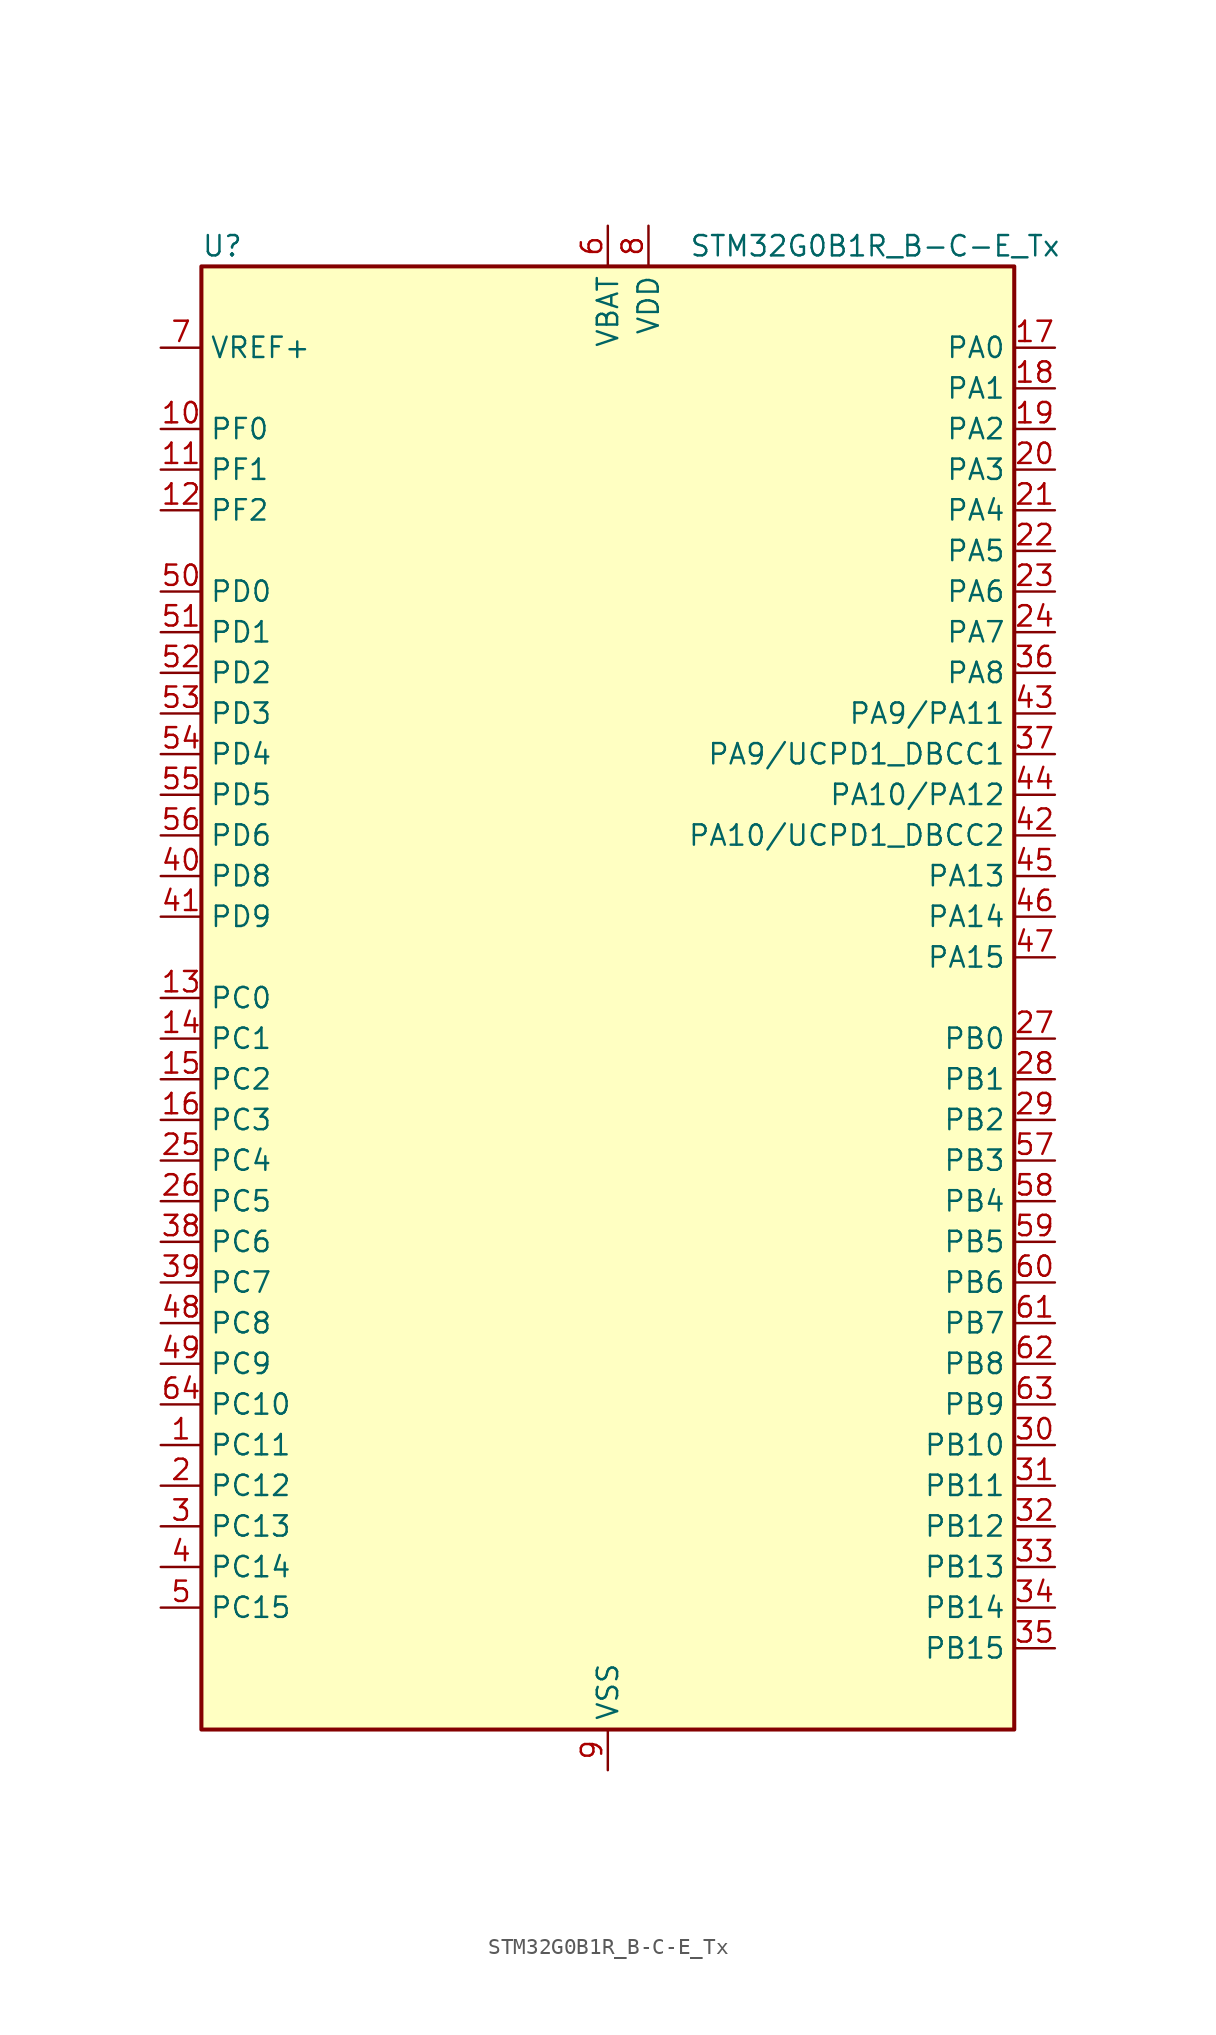
<source format=kicad_sym>
(kicad_symbol_lib
  (version 20231120)
  (generator "kicad-library-utils")
  (generator_version "8.0")
  (symbol "STM32G0B1R_B-C-E_Tx"
    (property "Reference" "U"
      (at -25.4 46.99 0)
      (effects (font (size 1.27 1.27)) (justify left)))
    (property "Value" "STM32G0B1R_B-C-E_Tx"
      (at 5.08 46.99 0)
      (effects (font (size 1.27 1.27)) (justify left)))
    (symbol "STM32G0B1R_B-C-E_Tx_0_1"
      (rectangle (start -25.4 -45.72) (end 25.4 45.72) (stroke (width 0.254) (type default)) (fill (type background))))
    (symbol "STM32G0B1R_B-C-E_Tx_1_1"
      (pin bidirectional line (at -27.94 -27.94 0) (length 2.54) (name "PC11" (effects (font (size 1.27 1.27)))) (number "1" (effects (font (size 1.27 1.27)))) (alternate "ADC1_EXTI11" bidirectional line) (alternate "SPI3_MISO" bidirectional line) (alternate "TIM1_CH4" bidirectional line) (alternate "USART3_RX" bidirectional line) (alternate "USART4_RX" bidirectional line))
      (pin bidirectional line (at -27.94 35.56 0) (length 2.54) (name "PF0" (effects (font (size 1.27 1.27)))) (number "10" (effects (font (size 1.27 1.27)))) (alternate "CRS1_SYNC" bidirectional line) (alternate "RCC_OSC_IN" bidirectional line) (alternate "TIM14_CH1" bidirectional line))
      (pin bidirectional line (at -27.94 33.02 0) (length 2.54) (name "PF1" (effects (font (size 1.27 1.27)))) (number "11" (effects (font (size 1.27 1.27)))) (alternate "RCC_OSC_EN" bidirectional line) (alternate "RCC_OSC_OUT" bidirectional line) (alternate "TIM15_CH1N" bidirectional line))
      (pin bidirectional line (at -27.94 30.48 0) (length 2.54) (name "PF2" (effects (font (size 1.27 1.27)))) (number "12" (effects (font (size 1.27 1.27)))) (alternate "LPUART2_DE" bidirectional line) (alternate "LPUART2_RTS" bidirectional line) (alternate "LPUART2_TX" bidirectional line) (alternate "RCC_MCO" bidirectional line))
      (pin bidirectional line (at -27.94 0 0) (length 2.54) (name "PC0" (effects (font (size 1.27 1.27)))) (number "13" (effects (font (size 1.27 1.27)))) (alternate "COMP3_INM" bidirectional line) (alternate "COMP3_OUT" bidirectional line) (alternate "I2C3_SCL" bidirectional line) (alternate "LPTIM1_IN1" bidirectional line) (alternate "LPTIM2_IN1" bidirectional line) (alternate "LPUART1_RX" bidirectional line) (alternate "LPUART2_TX" bidirectional line) (alternate "USART6_TX" bidirectional line))
      (pin bidirectional line (at -27.94 -2.54 0) (length 2.54) (name "PC1" (effects (font (size 1.27 1.27)))) (number "14" (effects (font (size 1.27 1.27)))) (alternate "COMP3_INP" bidirectional line) (alternate "I2C3_SDA" bidirectional line) (alternate "LPTIM1_OUT" bidirectional line) (alternate "LPUART1_TX" bidirectional line) (alternate "LPUART2_RX" bidirectional line) (alternate "TIM15_CH1" bidirectional line) (alternate "USART6_RX" bidirectional line))
      (pin bidirectional line (at -27.94 -5.08 0) (length 2.54) (name "PC2" (effects (font (size 1.27 1.27)))) (number "15" (effects (font (size 1.27 1.27)))) (alternate "COMP3_OUT" bidirectional line) (alternate "FDCAN2_RX" bidirectional line) (alternate "I2S2_MCK" bidirectional line) (alternate "LPTIM1_IN2" bidirectional line) (alternate "SPI2_MISO" bidirectional line) (alternate "TIM15_CH2" bidirectional line))
      (pin bidirectional line (at -27.94 -7.62 0) (length 2.54) (name "PC3" (effects (font (size 1.27 1.27)))) (number "16" (effects (font (size 1.27 1.27)))) (alternate "FDCAN2_TX" bidirectional line) (alternate "I2S2_SD" bidirectional line) (alternate "LPTIM1_ETR" bidirectional line) (alternate "LPTIM2_ETR" bidirectional line) (alternate "SPI2_MOSI" bidirectional line))
      (pin bidirectional line (at 27.94 40.64 180) (length 2.54) (name "PA0" (effects (font (size 1.27 1.27)))) (number "17" (effects (font (size 1.27 1.27)))) (alternate "ADC1_IN0" bidirectional line) (alternate "COMP1_INM" bidirectional line) (alternate "COMP1_OUT" bidirectional line) (alternate "I2S2_CK" bidirectional line) (alternate "LPTIM1_OUT" bidirectional line) (alternate "RTC_TAMP_IN2" bidirectional line) (alternate "SPI2_SCK" bidirectional line) (alternate "SYS_WKUP1" bidirectional line) (alternate "TIM2_CH1" bidirectional line) (alternate "TIM2_ETR" bidirectional line) (alternate "UCPD2_FRSTX1" bidirectional line) (alternate "UCPD2_FRSTX2" bidirectional line) (alternate "USART2_CTS" bidirectional line) (alternate "USART2_NSS" bidirectional line) (alternate "USART4_TX" bidirectional line))
      (pin bidirectional line (at 27.94 38.1 180) (length 2.54) (name "PA1" (effects (font (size 1.27 1.27)))) (number "18" (effects (font (size 1.27 1.27)))) (alternate "ADC1_IN1" bidirectional line) (alternate "COMP1_INP" bidirectional line) (alternate "I2C1_SMBA" bidirectional line) (alternate "I2S1_CK" bidirectional line) (alternate "SPI1_SCK" bidirectional line) (alternate "TIM15_CH1N" bidirectional line) (alternate "TIM2_CH2" bidirectional line) (alternate "USART2_CK" bidirectional line) (alternate "USART2_DE" bidirectional line) (alternate "USART2_RTS" bidirectional line) (alternate "USART4_RX" bidirectional line))
      (pin bidirectional line (at 27.94 35.56 180) (length 2.54) (name "PA2" (effects (font (size 1.27 1.27)))) (number "19" (effects (font (size 1.27 1.27)))) (alternate "ADC1_IN2" bidirectional line) (alternate "COMP2_INM" bidirectional line) (alternate "COMP2_OUT" bidirectional line) (alternate "I2S1_SD" bidirectional line) (alternate "LPUART1_TX" bidirectional line) (alternate "RCC_LSCO" bidirectional line) (alternate "SPI1_MOSI" bidirectional line) (alternate "SYS_WKUP4" bidirectional line) (alternate "TIM15_CH1" bidirectional line) (alternate "TIM2_CH3" bidirectional line) (alternate "UCPD1_FRSTX1" bidirectional line) (alternate "UCPD1_FRSTX2" bidirectional line) (alternate "USART2_TX" bidirectional line))
      (pin bidirectional line (at -27.94 -30.48 0) (length 2.54) (name "PC12" (effects (font (size 1.27 1.27)))) (number "2" (effects (font (size 1.27 1.27)))) (alternate "LPTIM1_IN1" bidirectional line) (alternate "SPI3_MOSI" bidirectional line) (alternate "TIM14_CH1" bidirectional line) (alternate "UCPD1_FRSTX1" bidirectional line) (alternate "UCPD1_FRSTX2" bidirectional line) (alternate "USART5_TX" bidirectional line))
      (pin bidirectional line (at 27.94 33.02 180) (length 2.54) (name "PA3" (effects (font (size 1.27 1.27)))) (number "20" (effects (font (size 1.27 1.27)))) (alternate "ADC1_IN3" bidirectional line) (alternate "COMP2_INP" bidirectional line) (alternate "I2S2_MCK" bidirectional line) (alternate "LPUART1_RX" bidirectional line) (alternate "SPI2_MISO" bidirectional line) (alternate "TIM15_CH2" bidirectional line) (alternate "TIM2_CH4" bidirectional line) (alternate "UCPD2_FRSTX1" bidirectional line) (alternate "UCPD2_FRSTX2" bidirectional line) (alternate "USART2_RX" bidirectional line))
      (pin bidirectional line (at 27.94 30.48 180) (length 2.54) (name "PA4" (effects (font (size 1.27 1.27)))) (number "21" (effects (font (size 1.27 1.27)))) (alternate "ADC1_IN4" bidirectional line) (alternate "DAC1_OUT1" bidirectional line) (alternate "I2S1_WS" bidirectional line) (alternate "I2S2_SD" bidirectional line) (alternate "LPTIM2_OUT" bidirectional line) (alternate "RTC_OUT2" bidirectional line) (alternate "SPI1_NSS" bidirectional line) (alternate "SPI2_MOSI" bidirectional line) (alternate "SPI3_NSS" bidirectional line) (alternate "TIM14_CH1" bidirectional line) (alternate "UCPD2_FRSTX1" bidirectional line) (alternate "UCPD2_FRSTX2" bidirectional line) (alternate "USART6_TX" bidirectional line) (alternate "USB_NOE" bidirectional line))
      (pin bidirectional line (at 27.94 27.94 180) (length 2.54) (name "PA5" (effects (font (size 1.27 1.27)))) (number "22" (effects (font (size 1.27 1.27)))) (alternate "ADC1_IN5" bidirectional line) (alternate "CEC" bidirectional line) (alternate "DAC1_OUT2" bidirectional line) (alternate "I2S1_CK" bidirectional line) (alternate "LPTIM2_ETR" bidirectional line) (alternate "SPI1_SCK" bidirectional line) (alternate "TIM2_CH1" bidirectional line) (alternate "TIM2_ETR" bidirectional line) (alternate "UCPD1_FRSTX1" bidirectional line) (alternate "UCPD1_FRSTX2" bidirectional line) (alternate "USART3_TX" bidirectional line) (alternate "USART6_RX" bidirectional line))
      (pin bidirectional line (at 27.94 25.4 180) (length 2.54) (name "PA6" (effects (font (size 1.27 1.27)))) (number "23" (effects (font (size 1.27 1.27)))) (alternate "ADC1_IN6" bidirectional line) (alternate "COMP1_OUT" bidirectional line) (alternate "I2C2_SDA" bidirectional line) (alternate "I2C3_SDA" bidirectional line) (alternate "I2S1_MCK" bidirectional line) (alternate "LPUART1_CTS" bidirectional line) (alternate "SPI1_MISO" bidirectional line) (alternate "TIM16_CH1" bidirectional line) (alternate "TIM1_BK" bidirectional line) (alternate "TIM3_CH1" bidirectional line) (alternate "USART3_CTS" bidirectional line) (alternate "USART3_NSS" bidirectional line) (alternate "USART6_CTS" bidirectional line) (alternate "USART6_NSS" bidirectional line))
      (pin bidirectional line (at 27.94 22.86 180) (length 2.54) (name "PA7" (effects (font (size 1.27 1.27)))) (number "24" (effects (font (size 1.27 1.27)))) (alternate "ADC1_IN7" bidirectional line) (alternate "COMP2_OUT" bidirectional line) (alternate "I2C2_SCL" bidirectional line) (alternate "I2C3_SCL" bidirectional line) (alternate "I2S1_SD" bidirectional line) (alternate "SPI1_MOSI" bidirectional line) (alternate "TIM14_CH1" bidirectional line) (alternate "TIM17_CH1" bidirectional line) (alternate "TIM1_CH1N" bidirectional line) (alternate "TIM3_CH2" bidirectional line) (alternate "UCPD1_FRSTX1" bidirectional line) (alternate "UCPD1_FRSTX2" bidirectional line) (alternate "USART6_CK" bidirectional line) (alternate "USART6_DE" bidirectional line) (alternate "USART6_RTS" bidirectional line))
      (pin bidirectional line (at -27.94 -10.16 0) (length 2.54) (name "PC4" (effects (font (size 1.27 1.27)))) (number "25" (effects (font (size 1.27 1.27)))) (alternate "ADC1_IN17" bidirectional line) (alternate "COMP1_INM" bidirectional line) (alternate "FDCAN1_RX" bidirectional line) (alternate "TIM2_CH1" bidirectional line) (alternate "TIM2_ETR" bidirectional line) (alternate "USART1_TX" bidirectional line) (alternate "USART3_TX" bidirectional line))
      (pin bidirectional line (at -27.94 -12.7 0) (length 2.54) (name "PC5" (effects (font (size 1.27 1.27)))) (number "26" (effects (font (size 1.27 1.27)))) (alternate "ADC1_IN18" bidirectional line) (alternate "COMP1_INP" bidirectional line) (alternate "FDCAN1_TX" bidirectional line) (alternate "SYS_WKUP5" bidirectional line) (alternate "TIM2_CH2" bidirectional line) (alternate "USART1_RX" bidirectional line) (alternate "USART3_RX" bidirectional line))
      (pin bidirectional line (at 27.94 -2.54 180) (length 2.54) (name "PB0" (effects (font (size 1.27 1.27)))) (number "27" (effects (font (size 1.27 1.27)))) (alternate "ADC1_IN8" bidirectional line) (alternate "COMP1_OUT" bidirectional line) (alternate "COMP3_INP" bidirectional line) (alternate "FDCAN2_RX" bidirectional line) (alternate "I2S1_WS" bidirectional line) (alternate "LPTIM1_OUT" bidirectional line) (alternate "LPUART2_CTS" bidirectional line) (alternate "SPI1_NSS" bidirectional line) (alternate "TIM1_CH2N" bidirectional line) (alternate "TIM3_CH3" bidirectional line) (alternate "UCPD1_FRSTX1" bidirectional line) (alternate "UCPD1_FRSTX2" bidirectional line) (alternate "USART3_RX" bidirectional line) (alternate "USART5_TX" bidirectional line))
      (pin bidirectional line (at 27.94 -5.08 180) (length 2.54) (name "PB1" (effects (font (size 1.27 1.27)))) (number "28" (effects (font (size 1.27 1.27)))) (alternate "ADC1_IN9" bidirectional line) (alternate "COMP1_INM" bidirectional line) (alternate "COMP3_OUT" bidirectional line) (alternate "FDCAN2_TX" bidirectional line) (alternate "LPTIM2_IN1" bidirectional line) (alternate "LPUART1_DE" bidirectional line) (alternate "LPUART1_RTS" bidirectional line) (alternate "LPUART2_DE" bidirectional line) (alternate "LPUART2_RTS" bidirectional line) (alternate "TIM14_CH1" bidirectional line) (alternate "TIM1_CH3N" bidirectional line) (alternate "TIM3_CH4" bidirectional line) (alternate "USART3_CK" bidirectional line) (alternate "USART3_DE" bidirectional line) (alternate "USART3_RTS" bidirectional line) (alternate "USART5_RX" bidirectional line))
      (pin bidirectional line (at 27.94 -7.62 180) (length 2.54) (name "PB2" (effects (font (size 1.27 1.27)))) (number "29" (effects (font (size 1.27 1.27)))) (alternate "ADC1_IN10" bidirectional line) (alternate "COMP1_INP" bidirectional line) (alternate "COMP3_INM" bidirectional line) (alternate "I2S2_MCK" bidirectional line) (alternate "LPTIM1_OUT" bidirectional line) (alternate "RCC_MCO_2" bidirectional line) (alternate "SPI2_MISO" bidirectional line) (alternate "USART3_TX" bidirectional line))
      (pin bidirectional line (at -27.94 -33.02 0) (length 2.54) (name "PC13" (effects (font (size 1.27 1.27)))) (number "3" (effects (font (size 1.27 1.27)))) (alternate "RTC_OUT1" bidirectional line) (alternate "RTC_TAMP_IN1" bidirectional line) (alternate "RTC_TS" bidirectional line) (alternate "SYS_WKUP2" bidirectional line) (alternate "TIM1_BK" bidirectional line))
      (pin bidirectional line (at 27.94 -27.94 180) (length 2.54) (name "PB10" (effects (font (size 1.27 1.27)))) (number "30" (effects (font (size 1.27 1.27)))) (alternate "ADC1_IN11" bidirectional line) (alternate "CEC" bidirectional line) (alternate "COMP1_OUT" bidirectional line) (alternate "I2C2_SCL" bidirectional line) (alternate "I2S2_CK" bidirectional line) (alternate "LPUART1_RX" bidirectional line) (alternate "SPI2_SCK" bidirectional line) (alternate "TIM2_CH3" bidirectional line) (alternate "USART3_TX" bidirectional line))
      (pin bidirectional line (at 27.94 -30.48 180) (length 2.54) (name "PB11" (effects (font (size 1.27 1.27)))) (number "31" (effects (font (size 1.27 1.27)))) (alternate "ADC1_EXTI11" bidirectional line) (alternate "ADC1_IN15" bidirectional line) (alternate "COMP2_OUT" bidirectional line) (alternate "I2C2_SDA" bidirectional line) (alternate "I2S2_SD" bidirectional line) (alternate "LPUART1_TX" bidirectional line) (alternate "SPI2_MOSI" bidirectional line) (alternate "TIM2_CH4" bidirectional line) (alternate "USART3_RX" bidirectional line))
      (pin bidirectional line (at 27.94 -33.02 180) (length 2.54) (name "PB12" (effects (font (size 1.27 1.27)))) (number "32" (effects (font (size 1.27 1.27)))) (alternate "ADC1_IN16" bidirectional line) (alternate "FDCAN2_RX" bidirectional line) (alternate "I2C2_SMBA" bidirectional line) (alternate "I2S2_WS" bidirectional line) (alternate "LPUART1_DE" bidirectional line) (alternate "LPUART1_RTS" bidirectional line) (alternate "SPI2_NSS" bidirectional line) (alternate "TIM15_BK" bidirectional line) (alternate "TIM1_BK" bidirectional line) (alternate "UCPD2_FRSTX1" bidirectional line) (alternate "UCPD2_FRSTX2" bidirectional line))
      (pin bidirectional line (at 27.94 -35.56 180) (length 2.54) (name "PB13" (effects (font (size 1.27 1.27)))) (number "33" (effects (font (size 1.27 1.27)))) (alternate "FDCAN2_TX" bidirectional line) (alternate "I2C2_SCL" bidirectional line) (alternate "I2S2_CK" bidirectional line) (alternate "LPUART1_CTS" bidirectional line) (alternate "SPI2_SCK" bidirectional line) (alternate "TIM15_CH1N" bidirectional line) (alternate "TIM1_CH1N" bidirectional line) (alternate "USART3_CTS" bidirectional line) (alternate "USART3_NSS" bidirectional line))
      (pin bidirectional line (at 27.94 -38.1 180) (length 2.54) (name "PB14" (effects (font (size 1.27 1.27)))) (number "34" (effects (font (size 1.27 1.27)))) (alternate "I2C2_SDA" bidirectional line) (alternate "I2S2_MCK" bidirectional line) (alternate "SPI2_MISO" bidirectional line) (alternate "TIM15_CH1" bidirectional line) (alternate "TIM1_CH2N" bidirectional line) (alternate "UCPD1_FRSTX1" bidirectional line) (alternate "UCPD1_FRSTX2" bidirectional line) (alternate "USART3_CK" bidirectional line) (alternate "USART3_DE" bidirectional line) (alternate "USART3_RTS" bidirectional line) (alternate "USART6_CK" bidirectional line) (alternate "USART6_DE" bidirectional line) (alternate "USART6_RTS" bidirectional line))
      (pin bidirectional line (at 27.94 -40.64 180) (length 2.54) (name "PB15" (effects (font (size 1.27 1.27)))) (number "35" (effects (font (size 1.27 1.27)))) (alternate "I2S2_SD" bidirectional line) (alternate "RTC_REFIN" bidirectional line) (alternate "SPI2_MOSI" bidirectional line) (alternate "TIM15_CH1N" bidirectional line) (alternate "TIM15_CH2" bidirectional line) (alternate "TIM1_CH3N" bidirectional line) (alternate "UCPD1_CC2" bidirectional line) (alternate "USART6_CTS" bidirectional line) (alternate "USART6_NSS" bidirectional line))
      (pin bidirectional line (at 27.94 20.32 180) (length 2.54) (name "PA8" (effects (font (size 1.27 1.27)))) (number "36" (effects (font (size 1.27 1.27)))) (alternate "CRS1_SYNC" bidirectional line) (alternate "I2C2_SMBA" bidirectional line) (alternate "I2S2_WS" bidirectional line) (alternate "LPTIM2_OUT" bidirectional line) (alternate "RCC_MCO" bidirectional line) (alternate "SPI2_NSS" bidirectional line) (alternate "TIM1_CH1" bidirectional line) (alternate "UCPD1_CC1" bidirectional line))
      (pin bidirectional line (at 27.94 15.24 180) (length 2.54) (name "PA9/UCPD1_DBCC1" (effects (font (size 1.27 1.27)))) (number "37" (effects (font (size 1.27 1.27)))) (alternate "PA9" bidirectional line) (alternate "DAC1_EXTI9 (PA9)" bidirectional line) (alternate "I2C1_SCL (PA9)" bidirectional line) (alternate "I2C2_SCL (PA9)" bidirectional line) (alternate "I2S2_MCK (PA9)" bidirectional line) (alternate "RCC_MCO (PA9)" bidirectional line) (alternate "SPI2_MISO (PA9)" bidirectional line) (alternate "TIM15_BK (PA9)" bidirectional line) (alternate "TIM1_CH2 (PA9)" bidirectional line) (alternate "UCPD1_DBCC1 (PA9)" bidirectional line) (alternate "USART1_TX (PA9)" bidirectional line) (alternate "UCPD1_DBCC1" bidirectional line) (alternate "UCPD1_DBCC1 (UCPD1_DBCC1)" bidirectional line))
      (pin bidirectional line (at -27.94 -15.24 0) (length 2.54) (name "PC6" (effects (font (size 1.27 1.27)))) (number "38" (effects (font (size 1.27 1.27)))) (alternate "LPUART2_TX" bidirectional line) (alternate "TIM2_CH3" bidirectional line) (alternate "TIM3_CH1" bidirectional line) (alternate "UCPD1_FRSTX1" bidirectional line) (alternate "UCPD1_FRSTX2" bidirectional line))
      (pin bidirectional line (at -27.94 -17.78 0) (length 2.54) (name "PC7" (effects (font (size 1.27 1.27)))) (number "39" (effects (font (size 1.27 1.27)))) (alternate "LPUART2_RX" bidirectional line) (alternate "TIM2_CH4" bidirectional line) (alternate "TIM3_CH2" bidirectional line) (alternate "UCPD2_FRSTX1" bidirectional line) (alternate "UCPD2_FRSTX2" bidirectional line))
      (pin bidirectional line (at -27.94 -35.56 0) (length 2.54) (name "PC14" (effects (font (size 1.27 1.27)))) (number "4" (effects (font (size 1.27 1.27)))) (alternate "RCC_OSC32_IN" bidirectional line) (alternate "TIM1_BK2" bidirectional line))
      (pin bidirectional line (at -27.94 7.62 0) (length 2.54) (name "PD8" (effects (font (size 1.27 1.27)))) (number "40" (effects (font (size 1.27 1.27)))) (alternate "I2S1_CK" bidirectional line) (alternate "LPTIM1_OUT" bidirectional line) (alternate "SPI1_SCK" bidirectional line) (alternate "USART3_TX" bidirectional line))
      (pin bidirectional line (at -27.94 5.08 0) (length 2.54) (name "PD9" (effects (font (size 1.27 1.27)))) (number "41" (effects (font (size 1.27 1.27)))) (alternate "DAC1_EXTI9" bidirectional line) (alternate "I2S1_WS" bidirectional line) (alternate "SPI1_NSS" bidirectional line) (alternate "TIM1_BK2" bidirectional line) (alternate "USART3_RX" bidirectional line))
      (pin bidirectional line (at 27.94 10.16 180) (length 2.54) (name "PA10/UCPD1_DBCC2" (effects (font (size 1.27 1.27)))) (number "42" (effects (font (size 1.27 1.27)))) (alternate "PA10" bidirectional line) (alternate "I2C1_SDA (PA10)" bidirectional line) (alternate "I2C2_SDA (PA10)" bidirectional line) (alternate "I2S2_SD (PA10)" bidirectional line) (alternate "RCC_MCO_2 (PA10)" bidirectional line) (alternate "SPI2_MOSI (PA10)" bidirectional line) (alternate "TIM17_BK (PA10)" bidirectional line) (alternate "TIM1_CH3 (PA10)" bidirectional line) (alternate "UCPD1_DBCC2 (PA10)" bidirectional line) (alternate "USART1_RX (PA10)" bidirectional line) (alternate "UCPD1_DBCC2" bidirectional line) (alternate "UCPD1_DBCC2 (UCPD1_DBCC2)" bidirectional line))
      (pin bidirectional line (at 27.94 17.78 180) (length 2.54) (name "PA9/PA11" (effects (font (size 1.27 1.27)))) (number "43" (effects (font (size 1.27 1.27)))) (alternate "PA9" bidirectional line) (alternate "DAC1_EXTI9 (PA9)" bidirectional line) (alternate "I2C1_SCL (PA9)" bidirectional line) (alternate "I2C2_SCL (PA9)" bidirectional line) (alternate "I2S2_MCK (PA9)" bidirectional line) (alternate "RCC_MCO (PA9)" bidirectional line) (alternate "SPI2_MISO (PA9)" bidirectional line) (alternate "TIM15_BK (PA9)" bidirectional line) (alternate "TIM1_CH2 (PA9)" bidirectional line) (alternate "UCPD1_DBCC1 (PA9)" bidirectional line) (alternate "USART1_TX (PA9)" bidirectional line) (alternate "PA11" bidirectional line) (alternate "ADC1_EXTI11 (PA11)" bidirectional line) (alternate "COMP1_OUT (PA11)" bidirectional line) (alternate "FDCAN1_RX (PA11)" bidirectional line) (alternate "I2C2_SCL (PA11)" bidirectional line) (alternate "I2S1_MCK (PA11)" bidirectional line) (alternate "SPI1_MISO (PA11)" bidirectional line) (alternate "TIM1_BK2 (PA11)" bidirectional line) (alternate "TIM1_CH4 (PA11)" bidirectional line) (alternate "USART1_CTS (PA11)" bidirectional line) (alternate "USART1_NSS (PA11)" bidirectional line) (alternate "USB_DM (PA11)" bidirectional line))
      (pin bidirectional line (at 27.94 12.7 180) (length 2.54) (name "PA10/PA12" (effects (font (size 1.27 1.27)))) (number "44" (effects (font (size 1.27 1.27)))) (alternate "PA10" bidirectional line) (alternate "I2C1_SDA (PA10)" bidirectional line) (alternate "I2C2_SDA (PA10)" bidirectional line) (alternate "I2S2_SD (PA10)" bidirectional line) (alternate "RCC_MCO_2 (PA10)" bidirectional line) (alternate "SPI2_MOSI (PA10)" bidirectional line) (alternate "TIM17_BK (PA10)" bidirectional line) (alternate "TIM1_CH3 (PA10)" bidirectional line) (alternate "UCPD1_DBCC2 (PA10)" bidirectional line) (alternate "USART1_RX (PA10)" bidirectional line) (alternate "PA12" bidirectional line) (alternate "COMP2_OUT (PA12)" bidirectional line) (alternate "FDCAN1_TX (PA12)" bidirectional line) (alternate "I2C2_SDA (PA12)" bidirectional line) (alternate "I2S1_SD (PA12)" bidirectional line) (alternate "I2S_CKIN (PA12)" bidirectional line) (alternate "SPI1_MOSI (PA12)" bidirectional line) (alternate "TIM1_ETR (PA12)" bidirectional line) (alternate "USART1_CK (PA12)" bidirectional line) (alternate "USART1_DE (PA12)" bidirectional line) (alternate "USART1_RTS (PA12)" bidirectional line) (alternate "USB_DP (PA12)" bidirectional line))
      (pin bidirectional line (at 27.94 7.62 180) (length 2.54) (name "PA13" (effects (font (size 1.27 1.27)))) (number "45" (effects (font (size 1.27 1.27)))) (alternate "IR_OUT" bidirectional line) (alternate "LPUART2_RX" bidirectional line) (alternate "SYS_SWDIO" bidirectional line) (alternate "USB_NOE" bidirectional line))
      (pin bidirectional line (at 27.94 5.08 180) (length 2.54) (name "PA14" (effects (font (size 1.27 1.27)))) (number "46" (effects (font (size 1.27 1.27)))) (alternate "LPUART2_TX" bidirectional line) (alternate "SYS_SWCLK" bidirectional line) (alternate "USART2_TX" bidirectional line))
      (pin bidirectional line (at 27.94 2.54 180) (length 2.54) (name "PA15" (effects (font (size 1.27 1.27)))) (number "47" (effects (font (size 1.27 1.27)))) (alternate "I2C2_SMBA" bidirectional line) (alternate "I2S1_WS" bidirectional line) (alternate "RCC_MCO_2" bidirectional line) (alternate "SPI1_NSS" bidirectional line) (alternate "SPI3_NSS" bidirectional line) (alternate "TIM2_CH1" bidirectional line) (alternate "TIM2_ETR" bidirectional line) (alternate "USART2_RX" bidirectional line) (alternate "USART3_CK" bidirectional line) (alternate "USART3_DE" bidirectional line) (alternate "USART3_RTS" bidirectional line) (alternate "USART4_CK" bidirectional line) (alternate "USART4_DE" bidirectional line) (alternate "USART4_RTS" bidirectional line) (alternate "USB_NOE" bidirectional line))
      (pin bidirectional line (at -27.94 -20.32 0) (length 2.54) (name "PC8" (effects (font (size 1.27 1.27)))) (number "48" (effects (font (size 1.27 1.27)))) (alternate "LPUART2_CTS" bidirectional line) (alternate "TIM1_CH1" bidirectional line) (alternate "TIM3_CH3" bidirectional line) (alternate "UCPD2_FRSTX1" bidirectional line) (alternate "UCPD2_FRSTX2" bidirectional line))
      (pin bidirectional line (at -27.94 -22.86 0) (length 2.54) (name "PC9" (effects (font (size 1.27 1.27)))) (number "49" (effects (font (size 1.27 1.27)))) (alternate "DAC1_EXTI9" bidirectional line) (alternate "I2S_CKIN" bidirectional line) (alternate "LPUART2_DE" bidirectional line) (alternate "LPUART2_RTS" bidirectional line) (alternate "TIM1_CH2" bidirectional line) (alternate "TIM3_CH4" bidirectional line) (alternate "USB_NOE" bidirectional line))
      (pin bidirectional line (at -27.94 -38.1 0) (length 2.54) (name "PC15" (effects (font (size 1.27 1.27)))) (number "5" (effects (font (size 1.27 1.27)))) (alternate "RCC_OSC32_EN" bidirectional line) (alternate "RCC_OSC32_OUT" bidirectional line) (alternate "RCC_OSC_EN" bidirectional line) (alternate "TIM15_BK" bidirectional line))
      (pin bidirectional line (at -27.94 25.4 0) (length 2.54) (name "PD0" (effects (font (size 1.27 1.27)))) (number "50" (effects (font (size 1.27 1.27)))) (alternate "FDCAN1_RX" bidirectional line) (alternate "I2S2_WS" bidirectional line) (alternate "SPI2_NSS" bidirectional line) (alternate "TIM16_CH1" bidirectional line) (alternate "UCPD2_CC1" bidirectional line))
      (pin bidirectional line (at -27.94 22.86 0) (length 2.54) (name "PD1" (effects (font (size 1.27 1.27)))) (number "51" (effects (font (size 1.27 1.27)))) (alternate "FDCAN1_TX" bidirectional line) (alternate "I2S2_CK" bidirectional line) (alternate "SPI2_SCK" bidirectional line) (alternate "TIM17_CH1" bidirectional line) (alternate "UCPD2_DBCC1" bidirectional line))
      (pin bidirectional line (at -27.94 20.32 0) (length 2.54) (name "PD2" (effects (font (size 1.27 1.27)))) (number "52" (effects (font (size 1.27 1.27)))) (alternate "TIM1_CH1N" bidirectional line) (alternate "TIM3_ETR" bidirectional line) (alternate "UCPD2_CC2" bidirectional line) (alternate "USART3_CK" bidirectional line) (alternate "USART3_DE" bidirectional line) (alternate "USART3_RTS" bidirectional line) (alternate "USART5_RX" bidirectional line))
      (pin bidirectional line (at -27.94 17.78 0) (length 2.54) (name "PD3" (effects (font (size 1.27 1.27)))) (number "53" (effects (font (size 1.27 1.27)))) (alternate "I2S2_MCK" bidirectional line) (alternate "SPI2_MISO" bidirectional line) (alternate "TIM1_CH2N" bidirectional line) (alternate "UCPD2_DBCC2" bidirectional line) (alternate "USART2_CTS" bidirectional line) (alternate "USART2_NSS" bidirectional line) (alternate "USART5_TX" bidirectional line))
      (pin bidirectional line (at -27.94 15.24 0) (length 2.54) (name "PD4" (effects (font (size 1.27 1.27)))) (number "54" (effects (font (size 1.27 1.27)))) (alternate "I2S2_SD" bidirectional line) (alternate "SPI2_MOSI" bidirectional line) (alternate "TIM1_CH3N" bidirectional line) (alternate "USART2_CK" bidirectional line) (alternate "USART2_DE" bidirectional line) (alternate "USART2_RTS" bidirectional line) (alternate "USART5_CK" bidirectional line) (alternate "USART5_DE" bidirectional line) (alternate "USART5_RTS" bidirectional line))
      (pin bidirectional line (at -27.94 12.7 0) (length 2.54) (name "PD5" (effects (font (size 1.27 1.27)))) (number "55" (effects (font (size 1.27 1.27)))) (alternate "I2S1_MCK" bidirectional line) (alternate "SPI1_MISO" bidirectional line) (alternate "TIM1_BK" bidirectional line) (alternate "USART2_TX" bidirectional line) (alternate "USART5_CTS" bidirectional line) (alternate "USART5_NSS" bidirectional line))
      (pin bidirectional line (at -27.94 10.16 0) (length 2.54) (name "PD6" (effects (font (size 1.27 1.27)))) (number "56" (effects (font (size 1.27 1.27)))) (alternate "I2S1_SD" bidirectional line) (alternate "LPTIM2_OUT" bidirectional line) (alternate "SPI1_MOSI" bidirectional line) (alternate "USART2_RX" bidirectional line))
      (pin bidirectional line (at 27.94 -10.16 180) (length 2.54) (name "PB3" (effects (font (size 1.27 1.27)))) (number "57" (effects (font (size 1.27 1.27)))) (alternate "COMP2_INM" bidirectional line) (alternate "I2C2_SCL" bidirectional line) (alternate "I2C3_SCL" bidirectional line) (alternate "I2S1_CK" bidirectional line) (alternate "SPI1_SCK" bidirectional line) (alternate "SPI3_SCK" bidirectional line) (alternate "TIM1_CH2" bidirectional line) (alternate "TIM2_CH2" bidirectional line) (alternate "USART1_CK" bidirectional line) (alternate "USART1_DE" bidirectional line) (alternate "USART1_RTS" bidirectional line) (alternate "USART5_TX" bidirectional line))
      (pin bidirectional line (at 27.94 -12.7 180) (length 2.54) (name "PB4" (effects (font (size 1.27 1.27)))) (number "58" (effects (font (size 1.27 1.27)))) (alternate "COMP2_INP" bidirectional line) (alternate "I2C2_SDA" bidirectional line) (alternate "I2C3_SDA" bidirectional line) (alternate "I2S1_MCK" bidirectional line) (alternate "SPI1_MISO" bidirectional line) (alternate "SPI3_MISO" bidirectional line) (alternate "TIM17_BK" bidirectional line) (alternate "TIM3_CH1" bidirectional line) (alternate "USART1_CTS" bidirectional line) (alternate "USART1_NSS" bidirectional line) (alternate "USART5_RX" bidirectional line))
      (pin bidirectional line (at 27.94 -15.24 180) (length 2.54) (name "PB5" (effects (font (size 1.27 1.27)))) (number "59" (effects (font (size 1.27 1.27)))) (alternate "COMP2_OUT" bidirectional line) (alternate "FDCAN2_RX" bidirectional line) (alternate "I2C1_SMBA" bidirectional line) (alternate "I2S1_SD" bidirectional line) (alternate "LPTIM1_IN1" bidirectional line) (alternate "SPI1_MOSI" bidirectional line) (alternate "SPI3_MOSI" bidirectional line) (alternate "SYS_WKUP6" bidirectional line) (alternate "TIM16_BK" bidirectional line) (alternate "TIM3_CH2" bidirectional line) (alternate "USART5_CK" bidirectional line) (alternate "USART5_DE" bidirectional line) (alternate "USART5_RTS" bidirectional line))
      (pin power_in line (at 0 48.26 270) (length 2.54) (name "VBAT" (effects (font (size 1.27 1.27)))) (number "6" (effects (font (size 1.27 1.27)))))
      (pin bidirectional line (at 27.94 -17.78 180) (length 2.54) (name "PB6" (effects (font (size 1.27 1.27)))) (number "60" (effects (font (size 1.27 1.27)))) (alternate "COMP2_INP" bidirectional line) (alternate "FDCAN2_TX" bidirectional line) (alternate "I2C1_SCL" bidirectional line) (alternate "I2S2_MCK" bidirectional line) (alternate "LPTIM1_ETR" bidirectional line) (alternate "LPUART2_TX" bidirectional line) (alternate "SPI2_MISO" bidirectional line) (alternate "TIM16_CH1N" bidirectional line) (alternate "TIM1_CH3" bidirectional line) (alternate "TIM4_CH1" bidirectional line) (alternate "USART1_TX" bidirectional line) (alternate "USART5_CTS" bidirectional line) (alternate "USART5_NSS" bidirectional line))
      (pin bidirectional line (at 27.94 -20.32 180) (length 2.54) (name "PB7" (effects (font (size 1.27 1.27)))) (number "61" (effects (font (size 1.27 1.27)))) (alternate "COMP2_INM" bidirectional line) (alternate "I2C1_SDA" bidirectional line) (alternate "I2S2_SD" bidirectional line) (alternate "LPTIM1_IN2" bidirectional line) (alternate "LPUART2_RX" bidirectional line) (alternate "SPI2_MOSI" bidirectional line) (alternate "SYS_PVD_IN" bidirectional line) (alternate "TIM17_CH1N" bidirectional line) (alternate "TIM4_CH2" bidirectional line) (alternate "USART1_RX" bidirectional line) (alternate "USART4_CTS" bidirectional line) (alternate "USART4_NSS" bidirectional line))
      (pin bidirectional line (at 27.94 -22.86 180) (length 2.54) (name "PB8" (effects (font (size 1.27 1.27)))) (number "62" (effects (font (size 1.27 1.27)))) (alternate "CEC" bidirectional line) (alternate "FDCAN1_RX" bidirectional line) (alternate "I2C1_SCL" bidirectional line) (alternate "I2S2_CK" bidirectional line) (alternate "SPI2_SCK" bidirectional line) (alternate "TIM15_BK" bidirectional line) (alternate "TIM16_CH1" bidirectional line) (alternate "TIM4_CH3" bidirectional line) (alternate "USART3_TX" bidirectional line) (alternate "USART6_TX" bidirectional line))
      (pin bidirectional line (at 27.94 -25.4 180) (length 2.54) (name "PB9" (effects (font (size 1.27 1.27)))) (number "63" (effects (font (size 1.27 1.27)))) (alternate "DAC1_EXTI9" bidirectional line) (alternate "FDCAN1_TX" bidirectional line) (alternate "I2C1_SDA" bidirectional line) (alternate "I2S2_WS" bidirectional line) (alternate "IR_OUT" bidirectional line) (alternate "SPI2_NSS" bidirectional line) (alternate "TIM17_CH1" bidirectional line) (alternate "TIM4_CH4" bidirectional line) (alternate "UCPD2_FRSTX1" bidirectional line) (alternate "UCPD2_FRSTX2" bidirectional line) (alternate "USART3_RX" bidirectional line) (alternate "USART6_RX" bidirectional line))
      (pin bidirectional line (at -27.94 -25.4 0) (length 2.54) (name "PC10" (effects (font (size 1.27 1.27)))) (number "64" (effects (font (size 1.27 1.27)))) (alternate "SPI3_SCK" bidirectional line) (alternate "TIM1_CH3" bidirectional line) (alternate "USART3_TX" bidirectional line) (alternate "USART4_TX" bidirectional line))
      (pin input line (at -27.94 40.64 0) (length 2.54) (name "VREF+" (effects (font (size 1.27 1.27)))) (number "7" (effects (font (size 1.27 1.27)))) (alternate "VREFBUF_OUT" bidirectional line))
      (pin power_in line (at 2.54 48.26 270) (length 2.54) (name "VDD" (effects (font (size 1.27 1.27)))) (number "8" (effects (font (size 1.27 1.27)))))
      (pin power_in line (at 0 -48.26 90) (length 2.54) (name "VSS" (effects (font (size 1.27 1.27)))) (number "9" (effects (font (size 1.27 1.27))))))))
</source>
